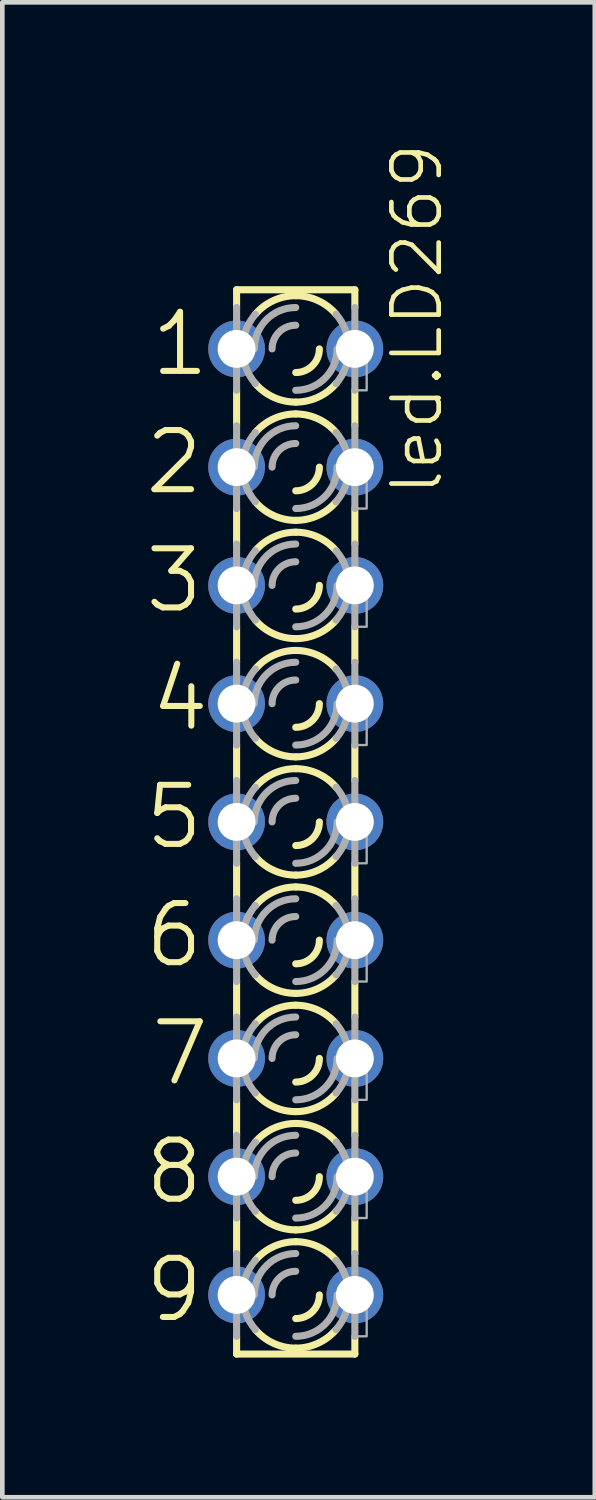
<source format=kicad_pcb>
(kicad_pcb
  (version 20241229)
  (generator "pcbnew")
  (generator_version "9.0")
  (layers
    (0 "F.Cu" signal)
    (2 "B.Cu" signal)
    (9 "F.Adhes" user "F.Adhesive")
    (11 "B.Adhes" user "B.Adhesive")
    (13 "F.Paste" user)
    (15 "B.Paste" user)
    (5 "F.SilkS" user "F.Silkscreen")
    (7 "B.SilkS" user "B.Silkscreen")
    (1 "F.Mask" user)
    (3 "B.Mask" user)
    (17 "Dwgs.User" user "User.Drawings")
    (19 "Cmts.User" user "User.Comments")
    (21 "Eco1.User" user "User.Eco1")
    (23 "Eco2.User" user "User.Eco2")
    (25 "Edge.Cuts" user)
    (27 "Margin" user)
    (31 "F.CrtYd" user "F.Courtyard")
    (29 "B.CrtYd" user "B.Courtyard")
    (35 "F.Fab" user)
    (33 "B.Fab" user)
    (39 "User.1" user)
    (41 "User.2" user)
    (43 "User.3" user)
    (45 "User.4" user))
  (footprint "led.LD269"
    (layer "F.Cu")
    (at 3.302 14.604)
    (property "Reference" "led.LD269" (at 3.2 -6.96 90) (layer "F.SilkS") (effects (font (size 1.016 1.016) (thickness 0.1)) (justify left bottom)))
    (attr through_hole)
    (fp_line (start -1.27 -11.43) (end -1.27 -11.049) (stroke (width 0.152) (type default)) (layer "F.SilkS"))
    (fp_line (start -1.27 -11.43) (end 1.27 -11.43) (stroke (width 0.152) (type default)) (layer "F.SilkS"))
    (fp_line (start -1.27 -9.271) (end -1.27 -8.509) (stroke (width 0.152) (type default)) (layer "F.SilkS"))
    (fp_line (start -1.27 -6.731) (end -1.27 -5.969) (stroke (width 0.152) (type default)) (layer "F.SilkS"))
    (fp_line (start -1.27 -3.429) (end -1.27 -4.191) (stroke (width 0.152) (type default)) (layer "F.SilkS"))
    (fp_line (start -1.27 -1.651) (end -1.27 -0.889) (stroke (width 0.152) (type default)) (layer "F.SilkS"))
    (fp_line (start -1.27 0.889) (end -1.27 1.651) (stroke (width 0.152) (type default)) (layer "F.SilkS"))
    (fp_line (start -1.27 3.429) (end -1.27 4.191) (stroke (width 0.152) (type default)) (layer "F.SilkS"))
    (fp_line (start -1.27 5.969) (end -1.27 6.731) (stroke (width 0.152) (type default)) (layer "F.SilkS"))
    (fp_line (start -1.27 8.509) (end -1.27 9.271) (stroke (width 0.152) (type default)) (layer "F.SilkS"))
    (fp_line (start -1.27 11.43) (end -1.27 11.049) (stroke (width 0.152) (type default)) (layer "F.SilkS"))
    (fp_line (start -1.27 11.43) (end 1.27 11.43) (stroke (width 0.152) (type default)) (layer "F.SilkS"))
    (fp_line (start 1.27 -11.43) (end 1.27 -11.049) (stroke (width 0.152) (type default)) (layer "F.SilkS"))
    (fp_line (start 1.27 -9.271) (end 1.27 -8.509) (stroke (width 0.152) (type default)) (layer "F.SilkS"))
    (fp_line (start 1.27 -6.731) (end 1.27 -5.969) (stroke (width 0.152) (type default)) (layer "F.SilkS"))
    (fp_line (start 1.27 -3.429) (end 1.27 -4.191) (stroke (width 0.152) (type default)) (layer "F.SilkS"))
    (fp_line (start 1.27 -1.651) (end 1.27 -0.889) (stroke (width 0.152) (type default)) (layer "F.SilkS"))
    (fp_line (start 1.27 0.889) (end 1.27 1.651) (stroke (width 0.152) (type default)) (layer "F.SilkS"))
    (fp_line (start 1.27 3.429) (end 1.27 4.191) (stroke (width 0.152) (type default)) (layer "F.SilkS"))
    (fp_line (start 1.27 5.969) (end 1.27 6.731) (stroke (width 0.152) (type default)) (layer "F.SilkS"))
    (fp_line (start 1.27 8.509) (end 1.27 9.271) (stroke (width 0.152) (type default)) (layer "F.SilkS"))
    (fp_line (start 1.27 11.43) (end 1.27 11.049) (stroke (width 0.152) (type default)) (layer "F.SilkS"))
    (fp_arc (start -0.8678 -10.9039) (mid -0.477588 -11.198445) (end 0 -11.303) (stroke (width 0.1524) (type default)) (layer "F.SilkS"))
    (fp_arc (start -0.8678 -8.3639) (mid -0.477588 -8.658445) (end 0 -8.763) (stroke (width 0.1524) (type default)) (layer "F.SilkS"))
    (fp_arc (start -0.8678 -5.8239) (mid -0.477588 -6.118445) (end 0 -6.223) (stroke (width 0.1524) (type default)) (layer "F.SilkS"))
    (fp_arc (start -0.8678 -3.2839) (mid -0.477588 -3.578445) (end 0 -3.683) (stroke (width 0.1524) (type default)) (layer "F.SilkS"))
    (fp_arc (start -0.8678 -0.7439) (mid -0.477588 -1.038445) (end 0 -1.143) (stroke (width 0.1524) (type default)) (layer "F.SilkS"))
    (fp_arc (start -0.8678 1.7961) (mid -0.477588 1.501555) (end 0 1.397) (stroke (width 0.1524) (type default)) (layer "F.SilkS"))
    (fp_arc (start -0.8678 4.3361) (mid -0.477588 4.041555) (end 0 3.937) (stroke (width 0.1524) (type default)) (layer "F.SilkS"))
    (fp_arc (start -0.8678 6.8761) (mid -0.477588 6.581555) (end 0 6.477) (stroke (width 0.1524) (type default)) (layer "F.SilkS"))
    (fp_arc (start -0.8678 9.4161) (mid -0.477588 9.121555) (end 0 9.017) (stroke (width 0.1524) (type default)) (layer "F.SilkS"))
    (fp_arc (start 0 -11.303) (mid 0.477588 -11.198445) (end 0.8678 -10.9039) (stroke (width 0.1524) (type default)) (layer "F.SilkS"))
    (fp_arc (start 0 -9.017) (mid -0.477588 -9.121555) (end -0.8678 -9.4161) (stroke (width 0.1524) (type default)) (layer "F.SilkS"))
    (fp_arc (start 0 -8.763) (mid 0.477588 -8.658445) (end 0.8678 -8.3639) (stroke (width 0.1524) (type default)) (layer "F.SilkS"))
    (fp_arc (start 0 -6.477) (mid -0.477588 -6.581555) (end -0.8678 -6.8761) (stroke (width 0.1524) (type default)) (layer "F.SilkS"))
    (fp_arc (start 0 -6.223) (mid 0.477588 -6.118445) (end 0.8678 -5.8239) (stroke (width 0.1524) (type default)) (layer "F.SilkS"))
    (fp_arc (start 0 -3.937) (mid -0.477588 -4.041555) (end -0.8678 -4.3361) (stroke (width 0.1524) (type default)) (layer "F.SilkS"))
    (fp_arc (start 0 -3.683) (mid 0.477588 -3.578445) (end 0.8678 -3.2839) (stroke (width 0.1524) (type default)) (layer "F.SilkS"))
    (fp_arc (start 0 -1.397) (mid -0.477588 -1.501555) (end -0.8678 -1.7961) (stroke (width 0.1524) (type default)) (layer "F.SilkS"))
    (fp_arc (start 0 -1.143) (mid 0.477588 -1.038445) (end 0.8678 -0.7439) (stroke (width 0.1524) (type default)) (layer "F.SilkS"))
    (fp_arc (start 0 1.143) (mid -0.477588 1.038445) (end -0.8678 0.7439) (stroke (width 0.1524) (type default)) (layer "F.SilkS"))
    (fp_arc (start 0 1.397) (mid 0.477588 1.501555) (end 0.8678 1.7961) (stroke (width 0.1524) (type default)) (layer "F.SilkS"))
    (fp_arc (start 0 3.683) (mid -0.477588 3.578445) (end -0.8678 3.2839) (stroke (width 0.1524) (type default)) (layer "F.SilkS"))
    (fp_arc (start 0 3.937) (mid 0.477588 4.041555) (end 0.8678 4.3361) (stroke (width 0.1524) (type default)) (layer "F.SilkS"))
    (fp_arc (start 0 6.223) (mid -0.477588 6.118445) (end -0.8678 5.8239) (stroke (width 0.1524) (type default)) (layer "F.SilkS"))
    (fp_arc (start 0 6.477) (mid 0.477588 6.581555) (end 0.8678 6.8761) (stroke (width 0.1524) (type default)) (layer "F.SilkS"))
    (fp_arc (start 0 8.763) (mid -0.477588 8.658445) (end -0.8678 8.3639) (stroke (width 0.1524) (type default)) (layer "F.SilkS"))
    (fp_arc (start 0 9.017) (mid 0.477588 9.121555) (end 0.8678 9.4161) (stroke (width 0.1524) (type default)) (layer "F.SilkS"))
    (fp_arc (start 0 11.303) (mid -0.477588 11.198445) (end -0.8678 10.9039) (stroke (width 0.1524) (type default)) (layer "F.SilkS"))
    (fp_arc (start 0.508 -10.16) (mid 0.35921 -9.80079) (end 0 -9.652) (stroke (width 0.1524) (type default)) (layer "F.SilkS"))
    (fp_arc (start 0.508 -7.62) (mid 0.35921 -7.26079) (end 0 -7.112) (stroke (width 0.1524) (type default)) (layer "F.SilkS"))
    (fp_arc (start 0.508 -5.08) (mid 0.35921 -4.72079) (end 0 -4.572) (stroke (width 0.1524) (type default)) (layer "F.SilkS"))
    (fp_arc (start 0.508 -2.54) (mid 0.35921 -2.18079) (end 0 -2.032) (stroke (width 0.1524) (type default)) (layer "F.SilkS"))
    (fp_arc (start 0.508 0) (mid 0.35921 0.35921) (end 0 0.508) (stroke (width 0.1524) (type default)) (layer "F.SilkS"))
    (fp_arc (start 0.508 2.54) (mid 0.35921 2.89921) (end 0 3.048) (stroke (width 0.1524) (type default)) (layer "F.SilkS"))
    (fp_arc (start 0.508 5.08) (mid 0.35921 5.43921) (end 0 5.588) (stroke (width 0.1524) (type default)) (layer "F.SilkS"))
    (fp_arc (start 0.508 7.62) (mid 0.35921 7.97921) (end 0 8.128) (stroke (width 0.1524) (type default)) (layer "F.SilkS"))
    (fp_arc (start 0.508 10.16) (mid 0.35921 10.51921) (end 0 10.668) (stroke (width 0.1524) (type default)) (layer "F.SilkS"))
    (fp_arc (start 0.8678 -9.4161) (mid 0.477588 -9.121555) (end 0 -9.017) (stroke (width 0.1524) (type default)) (layer "F.SilkS"))
    (fp_arc (start 0.8678 -6.8761) (mid 0.477588 -6.581555) (end 0 -6.477) (stroke (width 0.1524) (type default)) (layer "F.SilkS"))
    (fp_arc (start 0.8678 -4.3361) (mid 0.477588 -4.041555) (end 0 -3.937) (stroke (width 0.1524) (type default)) (layer "F.SilkS"))
    (fp_arc (start 0.8678 -1.7961) (mid 0.477588 -1.501555) (end 0 -1.397) (stroke (width 0.1524) (type default)) (layer "F.SilkS"))
    (fp_arc (start 0.8678 0.7439) (mid 0.477588 1.038445) (end 0 1.143) (stroke (width 0.1524) (type default)) (layer "F.SilkS"))
    (fp_arc (start 0.8678 3.2839) (mid 0.477588 3.578445) (end 0 3.683) (stroke (width 0.1524) (type default)) (layer "F.SilkS"))
    (fp_arc (start 0.8678 5.8239) (mid 0.477588 6.118445) (end 0 6.223) (stroke (width 0.1524) (type default)) (layer "F.SilkS"))
    (fp_arc (start 0.8678 8.3639) (mid 0.477588 8.658445) (end 0 8.763) (stroke (width 0.1524) (type default)) (layer "F.SilkS"))
    (fp_arc (start 0.8678 10.9039) (mid 0.477588 11.198445) (end 0 11.303) (stroke (width 0.1524) (type default)) (layer "F.SilkS"))
    (fp_line (start -1.27 -9.271) (end -1.27 -11.049) (stroke (width 0.152) (type default)) (layer "F.Fab"))
    (fp_line (start -1.27 -6.731) (end -1.27 -8.509) (stroke (width 0.152) (type default)) (layer "F.Fab"))
    (fp_line (start -1.27 -4.191) (end -1.27 -5.969) (stroke (width 0.152) (type default)) (layer "F.Fab"))
    (fp_line (start -1.27 -1.651) (end -1.27 -3.429) (stroke (width 0.152) (type default)) (layer "F.Fab"))
    (fp_line (start -1.27 0.889) (end -1.27 -0.889) (stroke (width 0.152) (type default)) (layer "F.Fab"))
    (fp_line (start -1.27 3.429) (end -1.27 1.651) (stroke (width 0.152) (type default)) (layer "F.Fab"))
    (fp_line (start -1.27 5.969) (end -1.27 4.191) (stroke (width 0.152) (type default)) (layer "F.Fab"))
    (fp_line (start -1.27 8.509) (end -1.27 6.731) (stroke (width 0.152) (type default)) (layer "F.Fab"))
    (fp_line (start -1.27 11.049) (end -1.27 9.271) (stroke (width 0.152) (type default)) (layer "F.Fab"))
    (fp_line (start 1.27 -9.271) (end 1.27 -11.049) (stroke (width 0.152) (type default)) (layer "F.Fab"))
    (fp_line (start 1.27 -6.731) (end 1.27 -8.509) (stroke (width 0.152) (type default)) (layer "F.Fab"))
    (fp_line (start 1.27 -4.191) (end 1.27 -5.969) (stroke (width 0.152) (type default)) (layer "F.Fab"))
    (fp_line (start 1.27 -1.651) (end 1.27 -3.429) (stroke (width 0.152) (type default)) (layer "F.Fab"))
    (fp_line (start 1.27 0.889) (end 1.27 -0.889) (stroke (width 0.152) (type default)) (layer "F.Fab"))
    (fp_line (start 1.27 3.429) (end 1.27 1.651) (stroke (width 0.152) (type default)) (layer "F.Fab"))
    (fp_line (start 1.27 5.969) (end 1.27 4.191) (stroke (width 0.152) (type default)) (layer "F.Fab"))
    (fp_line (start 1.27 8.509) (end 1.27 6.731) (stroke (width 0.152) (type default)) (layer "F.Fab"))
    (fp_line (start 1.27 11.049) (end 1.27 9.271) (stroke (width 0.152) (type default)) (layer "F.Fab"))
    (fp_rect (start -1.524 -9.906) (end -1.27 -10.414) (stroke (width 0.05) (type default)) (fill no) (layer "F.Fab"))
    (fp_rect (start -1.524 -7.366) (end -1.27 -7.874) (stroke (width 0.05) (type default)) (fill no) (layer "F.Fab"))
    (fp_rect (start -1.524 -4.826) (end -1.27 -5.334) (stroke (width 0.05) (type default)) (fill no) (layer "F.Fab"))
    (fp_rect (start -1.524 -2.286) (end -1.27 -2.794) (stroke (width 0.05) (type default)) (fill no) (layer "F.Fab"))
    (fp_rect (start -1.524 0.254) (end -1.27 -0.254) (stroke (width 0.05) (type default)) (fill no) (layer "F.Fab"))
    (fp_rect (start -1.524 2.794) (end -1.27 2.286) (stroke (width 0.05) (type default)) (fill no) (layer "F.Fab"))
    (fp_rect (start -1.524 5.334) (end -1.27 4.826) (stroke (width 0.05) (type default)) (fill no) (layer "F.Fab"))
    (fp_rect (start -1.524 7.874) (end -1.27 7.366) (stroke (width 0.05) (type default)) (fill no) (layer "F.Fab"))
    (fp_rect (start -1.524 10.414) (end -1.27 9.906) (stroke (width 0.05) (type default)) (fill no) (layer "F.Fab"))
    (fp_rect (start 1.27 -9.271) (end 1.524 -10.414) (stroke (width 0.05) (type default)) (fill no) (layer "F.Fab"))
    (fp_rect (start 1.27 -6.731) (end 1.524 -7.874) (stroke (width 0.05) (type default)) (fill no) (layer "F.Fab"))
    (fp_rect (start 1.27 -4.191) (end 1.524 -5.334) (stroke (width 0.05) (type default)) (fill no) (layer "F.Fab"))
    (fp_rect (start 1.27 -1.651) (end 1.524 -2.794) (stroke (width 0.05) (type default)) (fill no) (layer "F.Fab"))
    (fp_rect (start 1.27 0.889) (end 1.524 -0.254) (stroke (width 0.05) (type default)) (fill no) (layer "F.Fab"))
    (fp_rect (start 1.27 3.429) (end 1.524 2.286) (stroke (width 0.05) (type default)) (fill no) (layer "F.Fab"))
    (fp_rect (start 1.27 5.969) (end 1.524 4.826) (stroke (width 0.05) (type default)) (fill no) (layer "F.Fab"))
    (fp_rect (start 1.27 8.509) (end 1.524 7.366) (stroke (width 0.05) (type default)) (fill no) (layer "F.Fab"))
    (fp_rect (start 1.27 11.049) (end 1.524 9.906) (stroke (width 0.05) (type default)) (fill no) (layer "F.Fab"))
    (fp_arc (start -1.143 -10.16) (mid -1.071949 -10.556597) (end -0.8677 -10.9039) (stroke (width 0.1524) (type default)) (layer "F.Fab"))
    (fp_arc (start -1.143 -7.62) (mid -1.071949 -8.016597) (end -0.8677 -8.3639) (stroke (width 0.1524) (type default)) (layer "F.Fab"))
    (fp_arc (start -1.143 -5.08) (mid -1.071949 -5.476597) (end -0.8677 -5.8239) (stroke (width 0.1524) (type default)) (layer "F.Fab"))
    (fp_arc (start -1.143 -2.54) (mid -1.071949 -2.936597) (end -0.8677 -3.2839) (stroke (width 0.1524) (type default)) (layer "F.Fab"))
    (fp_arc (start -1.143 0) (mid -1.071996 -0.396587) (end -0.8678 -0.7439) (stroke (width 0.1524) (type default)) (layer "F.Fab"))
    (fp_arc (start -1.143 2.54) (mid -1.071996 2.143413) (end -0.8678 1.7961) (stroke (width 0.1524) (type default)) (layer "F.Fab"))
    (fp_arc (start -1.143 5.08) (mid -1.071996 4.683413) (end -0.8678 4.3361) (stroke (width 0.1524) (type default)) (layer "F.Fab"))
    (fp_arc (start -1.143 7.62) (mid -1.071996 7.223413) (end -0.8678 6.8761) (stroke (width 0.1524) (type default)) (layer "F.Fab"))
    (fp_arc (start -1.143 10.16) (mid -1.071996 9.763413) (end -0.8678 9.4161) (stroke (width 0.1524) (type default)) (layer "F.Fab"))
    (fp_arc (start -0.889 -10.16) (mid -0.628618 -10.788618) (end 0 -11.049) (stroke (width 0.1524) (type default)) (layer "F.Fab"))
    (fp_arc (start -0.889 -7.62) (mid -0.628618 -8.248618) (end 0 -8.509) (stroke (width 0.1524) (type default)) (layer "F.Fab"))
    (fp_arc (start -0.889 -5.08) (mid -0.628618 -5.708618) (end 0 -5.969) (stroke (width 0.1524) (type default)) (layer "F.Fab"))
    (fp_arc (start -0.889 -2.54) (mid -0.628618 -3.168618) (end 0 -3.429) (stroke (width 0.1524) (type default)) (layer "F.Fab"))
    (fp_arc (start -0.889 0) (mid -0.628618 -0.628618) (end 0 -0.889) (stroke (width 0.1524) (type default)) (layer "F.Fab"))
    (fp_arc (start -0.889 2.54) (mid -0.628618 1.911382) (end 0 1.651) (stroke (width 0.1524) (type default)) (layer "F.Fab"))
    (fp_arc (start -0.889 5.08) (mid -0.628618 4.451382) (end 0 4.191) (stroke (width 0.1524) (type default)) (layer "F.Fab"))
    (fp_arc (start -0.889 7.62) (mid -0.628618 6.991382) (end 0 6.731) (stroke (width 0.1524) (type default)) (layer "F.Fab"))
    (fp_arc (start -0.889 10.16) (mid -0.628618 9.531382) (end 0 9.271) (stroke (width 0.1524) (type default)) (layer "F.Fab"))
    (fp_arc (start -0.8678 -9.4161) (mid -1.071996 -9.763413) (end -1.143 -10.16) (stroke (width 0.1524) (type default)) (layer "F.Fab"))
    (fp_arc (start -0.8678 -6.8761) (mid -1.071996 -7.223413) (end -1.143 -7.62) (stroke (width 0.1524) (type default)) (layer "F.Fab"))
    (fp_arc (start -0.8678 -4.3361) (mid -1.071996 -4.683413) (end -1.143 -5.08) (stroke (width 0.1524) (type default)) (layer "F.Fab"))
    (fp_arc (start -0.8678 -1.7961) (mid -1.071996 -2.143413) (end -1.143 -2.54) (stroke (width 0.1524) (type default)) (layer "F.Fab"))
    (fp_arc (start -0.8678 0.7439) (mid -1.071996 0.396587) (end -1.143 0) (stroke (width 0.1524) (type default)) (layer "F.Fab"))
    (fp_arc (start -0.8677 3.2839) (mid -1.071949 2.936597) (end -1.143 2.54) (stroke (width 0.1524) (type default)) (layer "F.Fab"))
    (fp_arc (start -0.8677 5.8239) (mid -1.071949 5.476597) (end -1.143 5.08) (stroke (width 0.1524) (type default)) (layer "F.Fab"))
    (fp_arc (start -0.8677 8.3639) (mid -1.071949 8.016597) (end -1.143 7.62) (stroke (width 0.1524) (type default)) (layer "F.Fab"))
    (fp_arc (start -0.8677 10.9039) (mid -1.071949 10.556597) (end -1.143 10.16) (stroke (width 0.1524) (type default)) (layer "F.Fab"))
    (fp_arc (start -0.508 -10.16) (mid -0.35921 -10.51921) (end 0 -10.668) (stroke (width 0.1524) (type default)) (layer "F.Fab"))
    (fp_arc (start -0.508 -7.62) (mid -0.35921 -7.97921) (end 0 -8.128) (stroke (width 0.1524) (type default)) (layer "F.Fab"))
    (fp_arc (start -0.508 -5.08) (mid -0.35921 -5.43921) (end 0 -5.588) (stroke (width 0.1524) (type default)) (layer "F.Fab"))
    (fp_arc (start -0.508 -2.54) (mid -0.35921 -2.89921) (end 0 -3.048) (stroke (width 0.1524) (type default)) (layer "F.Fab"))
    (fp_arc (start -0.508 0) (mid -0.35921 -0.35921) (end 0 -0.508) (stroke (width 0.1524) (type default)) (layer "F.Fab"))
    (fp_arc (start -0.508 2.54) (mid -0.35921 2.18079) (end 0 2.032) (stroke (width 0.1524) (type default)) (layer "F.Fab"))
    (fp_arc (start -0.508 5.08) (mid -0.35921 4.72079) (end 0 4.572) (stroke (width 0.1524) (type default)) (layer "F.Fab"))
    (fp_arc (start -0.508 7.62) (mid -0.35921 7.26079) (end 0 7.112) (stroke (width 0.1524) (type default)) (layer "F.Fab"))
    (fp_arc (start -0.508 10.16) (mid -0.35921 9.80079) (end 0 9.652) (stroke (width 0.1524) (type default)) (layer "F.Fab"))
    (fp_arc (start 0.8678 -10.9039) (mid 1.072043 -10.556595) (end 1.1431 -10.16) (stroke (width 0.1524) (type default)) (layer "F.Fab"))
    (fp_arc (start 0.8678 -8.3639) (mid 1.072043 -8.016595) (end 1.1431 -7.62) (stroke (width 0.1524) (type default)) (layer "F.Fab"))
    (fp_arc (start 0.8678 -5.8239) (mid 1.072043 -5.476595) (end 1.1431 -5.08) (stroke (width 0.1524) (type default)) (layer "F.Fab"))
    (fp_arc (start 0.8678 -3.2839) (mid 1.072043 -2.936595) (end 1.1431 -2.54) (stroke (width 0.1524) (type default)) (layer "F.Fab"))
    (fp_arc (start 0.8678 -0.7439) (mid 1.071996 -0.396587) (end 1.143 0) (stroke (width 0.1524) (type default)) (layer "F.Fab"))
    (fp_arc (start 0.8678 1.7961) (mid 1.071949 2.143421) (end 1.1429 2.54) (stroke (width 0.1524) (type default)) (layer "F.Fab"))
    (fp_arc (start 0.8678 4.3361) (mid 1.071949 4.683421) (end 1.1429 5.08) (stroke (width 0.1524) (type default)) (layer "F.Fab"))
    (fp_arc (start 0.8678 6.8761) (mid 1.071949 7.223421) (end 1.1429 7.62) (stroke (width 0.1524) (type default)) (layer "F.Fab"))
    (fp_arc (start 0.8678 9.4161) (mid 1.071949 9.763421) (end 1.1429 10.16) (stroke (width 0.1524) (type default)) (layer "F.Fab"))
    (fp_arc (start 0.889 -10.16) (mid 0.628618 -9.531382) (end 0 -9.271) (stroke (width 0.1524) (type default)) (layer "F.Fab"))
    (fp_arc (start 0.889 -7.62) (mid 0.628618 -6.991382) (end 0 -6.731) (stroke (width 0.1524) (type default)) (layer "F.Fab"))
    (fp_arc (start 0.889 -5.08) (mid 0.628618 -4.451382) (end 0 -4.191) (stroke (width 0.1524) (type default)) (layer "F.Fab"))
    (fp_arc (start 0.889 -2.54) (mid 0.628618 -1.911382) (end 0 -1.651) (stroke (width 0.1524) (type default)) (layer "F.Fab"))
    (fp_arc (start 0.889 0) (mid 0.628618 0.628618) (end 0 0.889) (stroke (width 0.1524) (type default)) (layer "F.Fab"))
    (fp_arc (start 0.889 2.54) (mid 0.628618 3.168618) (end 0 3.429) (stroke (width 0.1524) (type default)) (layer "F.Fab"))
    (fp_arc (start 0.889 5.08) (mid 0.628618 5.708618) (end 0 5.969) (stroke (width 0.1524) (type default)) (layer "F.Fab"))
    (fp_arc (start 0.889 7.62) (mid 0.628618 8.248618) (end 0 8.509) (stroke (width 0.1524) (type default)) (layer "F.Fab"))
    (fp_arc (start 0.889 10.16) (mid 0.628618 10.788618) (end 0 11.049) (stroke (width 0.1524) (type default)) (layer "F.Fab"))
    (fp_arc (start 1.1429 -10.16) (mid 1.071949 -9.763421) (end 0.8678 -9.4161) (stroke (width 0.1524) (type default)) (layer "F.Fab"))
    (fp_arc (start 1.1429 -7.62) (mid 1.071949 -7.223421) (end 0.8678 -6.8761) (stroke (width 0.1524) (type default)) (layer "F.Fab"))
    (fp_arc (start 1.1429 -5.08) (mid 1.071949 -4.683421) (end 0.8678 -4.3361) (stroke (width 0.1524) (type default)) (layer "F.Fab"))
    (fp_arc (start 1.1429 -2.54) (mid 1.071949 -2.143421) (end 0.8678 -1.7961) (stroke (width 0.1524) (type default)) (layer "F.Fab"))
    (fp_arc (start 1.143 0) (mid 1.071996 0.396587) (end 0.8678 0.7439) (stroke (width 0.1524) (type default)) (layer "F.Fab"))
    (fp_arc (start 1.1431 2.54) (mid 1.072043 2.936595) (end 0.8678 3.2839) (stroke (width 0.1524) (type default)) (layer "F.Fab"))
    (fp_arc (start 1.1431 5.08) (mid 1.072043 5.476595) (end 0.8678 5.8239) (stroke (width 0.1524) (type default)) (layer "F.Fab"))
    (fp_arc (start 1.1431 7.62) (mid 1.072043 8.016595) (end 0.8678 8.3639) (stroke (width 0.1524) (type default)) (layer "F.Fab"))
    (fp_arc (start 1.1431 10.16) (mid 1.072043 10.556595) (end 0.8678 10.9039) (stroke (width 0.1524) (type default)) (layer "F.Fab"))
    (fp_text user "7" (at -3.175 5.715 0) (layer "F.SilkS") (effects (font (size 1.27 1.27) (thickness 0.13)) (justify left bottom)))
    (fp_text user "9" (at -3.302 10.795 0) (layer "F.SilkS") (effects (font (size 1.27 1.27) (thickness 0.13)) (justify left bottom)))
    (fp_text user "5" (at -3.302 0.635 0) (layer "F.SilkS") (effects (font (size 1.27 1.27) (thickness 0.13)) (justify left bottom)))
    (fp_text user "6" (at -3.302 3.175 0) (layer "F.SilkS") (effects (font (size 1.27 1.27) (thickness 0.13)) (justify left bottom)))
    (fp_text user "2" (at -3.302 -6.985 0) (layer "F.SilkS") (effects (font (size 1.27 1.27) (thickness 0.13)) (justify left bottom)))
    (fp_text user "1" (at -3.175 -9.525 0) (layer "F.SilkS") (effects (font (size 1.27 1.27) (thickness 0.13)) (justify left bottom)))
    (fp_text user "4" (at -3.175 -1.905 0) (layer "F.SilkS") (effects (font (size 1.27 1.27) (thickness 0.13)) (justify left bottom)))
    (fp_text user "3" (at -3.302 -4.445 0) (layer "F.SilkS") (effects (font (size 1.27 1.27) (thickness 0.13)) (justify left bottom)))
    (fp_text user "8" (at -3.302 8.255 0) (layer "F.SilkS") (effects (font (size 1.27 1.27) (thickness 0.13)) (justify left bottom)))
    (pad "A1" thru_hole circle (at -1.27 -10.16) (size 1.219 1.219) (drill 0.813) (layers "*.Cu" "*.Mask"))
    (pad "A2" thru_hole circle (at -1.27 -7.62) (size 1.219 1.219) (drill 0.813) (layers "*.Cu" "*.Mask"))
    (pad "A3" thru_hole circle (at -1.27 -5.08) (size 1.219 1.219) (drill 0.813) (layers "*.Cu" "*.Mask"))
    (pad "A4" thru_hole circle (at -1.27 -2.54) (size 1.219 1.219) (drill 0.813) (layers "*.Cu" "*.Mask"))
    (pad "A5" thru_hole circle (at -1.27 0) (size 1.219 1.219) (drill 0.813) (layers "*.Cu" "*.Mask"))
    (pad "A6" thru_hole circle (at -1.27 2.54) (size 1.219 1.219) (drill 0.813) (layers "*.Cu" "*.Mask"))
    (pad "A7" thru_hole circle (at -1.27 5.08) (size 1.219 1.219) (drill 0.813) (layers "*.Cu" "*.Mask"))
    (pad "A8" thru_hole circle (at -1.27 7.62) (size 1.219 1.219) (drill 0.813) (layers "*.Cu" "*.Mask"))
    (pad "A9" thru_hole circle (at -1.27 10.16) (size 1.219 1.219) (drill 0.813) (layers "*.Cu" "*.Mask"))
    (pad "K1" thru_hole circle (at 1.27 -10.16) (size 1.219 1.219) (drill 0.813) (layers "*.Cu" "*.Mask"))
    (pad "K2" thru_hole circle (at 1.27 -7.62) (size 1.219 1.219) (drill 0.813) (layers "*.Cu" "*.Mask"))
    (pad "K3" thru_hole circle (at 1.27 -5.08) (size 1.219 1.219) (drill 0.813) (layers "*.Cu" "*.Mask"))
    (pad "K4" thru_hole circle (at 1.27 -2.54) (size 1.219 1.219) (drill 0.813) (layers "*.Cu" "*.Mask"))
    (pad "K5" thru_hole circle (at 1.27 0) (size 1.219 1.219) (drill 0.813) (layers "*.Cu" "*.Mask"))
    (pad "K6" thru_hole circle (at 1.27 2.54) (size 1.219 1.219) (drill 0.813) (layers "*.Cu" "*.Mask"))
    (pad "K7" thru_hole circle (at 1.27 5.08) (size 1.219 1.219) (drill 0.813) (layers "*.Cu" "*.Mask"))
    (pad "K8" thru_hole circle (at 1.27 7.62) (size 1.219 1.219) (drill 0.813) (layers "*.Cu" "*.Mask"))
    (pad "K9" thru_hole circle (at 1.27 10.16) (size 1.219 1.219) (drill 0.813) (layers "*.Cu" "*.Mask")))
  (gr_rect
    (start -3 -3)
    (end 9.726 29.11)
    (stroke (width 0.1) (type default))
    (fill no)
    (layer "Edge.Cuts")))
</source>
